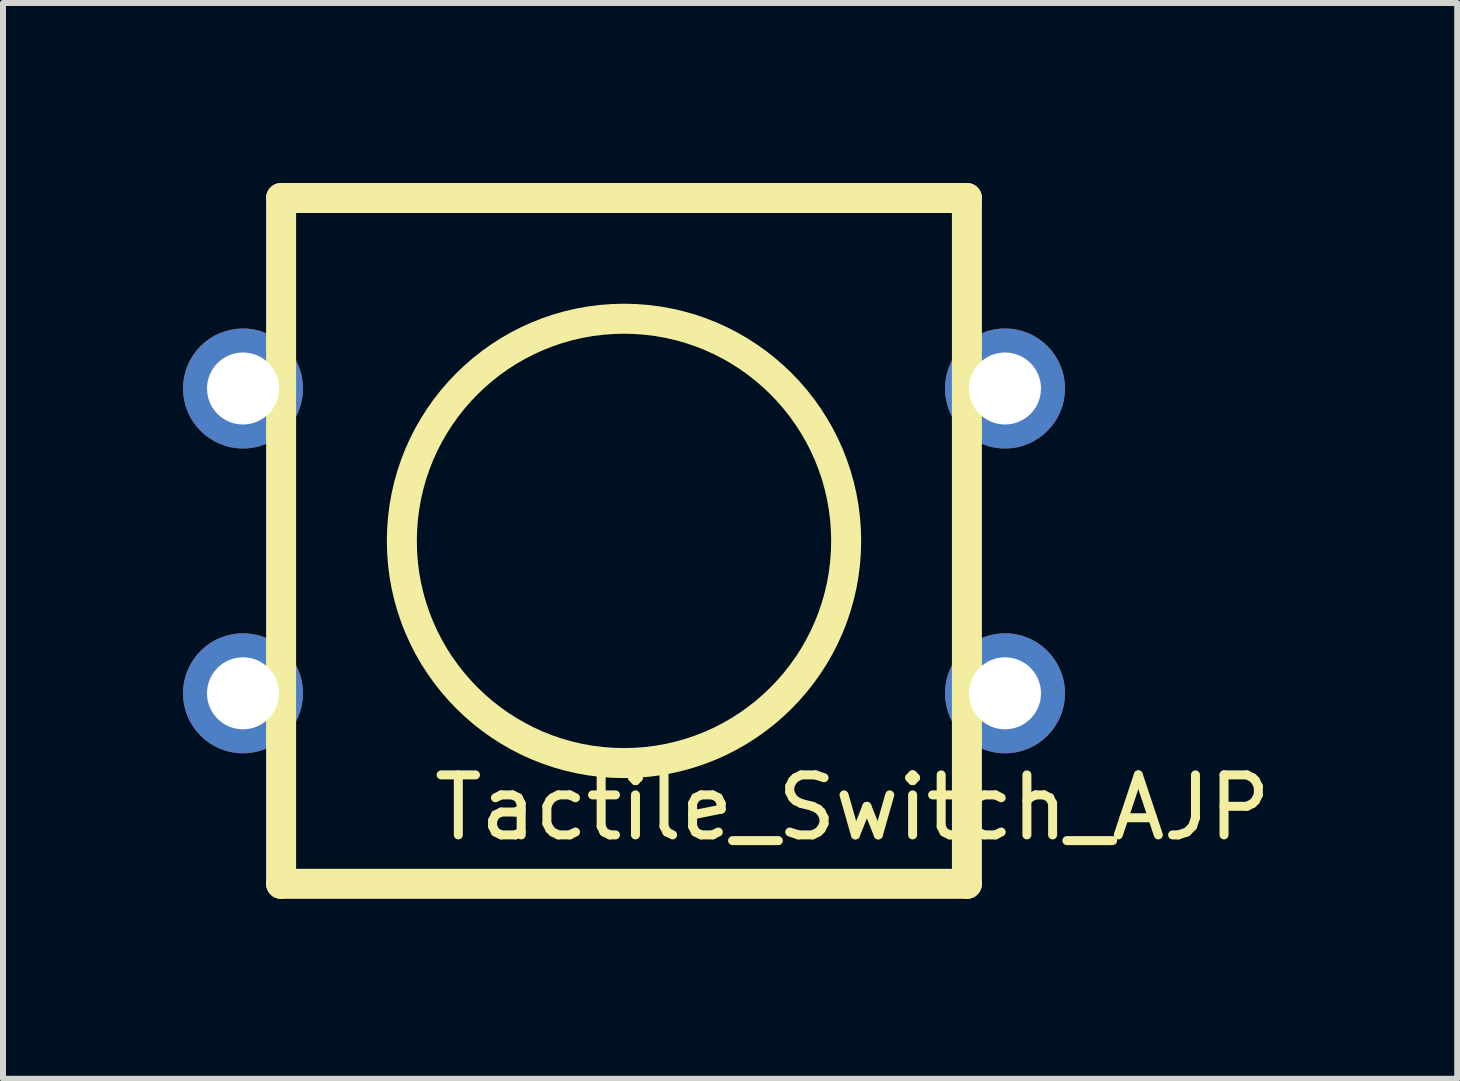
<source format=kicad_pcb>
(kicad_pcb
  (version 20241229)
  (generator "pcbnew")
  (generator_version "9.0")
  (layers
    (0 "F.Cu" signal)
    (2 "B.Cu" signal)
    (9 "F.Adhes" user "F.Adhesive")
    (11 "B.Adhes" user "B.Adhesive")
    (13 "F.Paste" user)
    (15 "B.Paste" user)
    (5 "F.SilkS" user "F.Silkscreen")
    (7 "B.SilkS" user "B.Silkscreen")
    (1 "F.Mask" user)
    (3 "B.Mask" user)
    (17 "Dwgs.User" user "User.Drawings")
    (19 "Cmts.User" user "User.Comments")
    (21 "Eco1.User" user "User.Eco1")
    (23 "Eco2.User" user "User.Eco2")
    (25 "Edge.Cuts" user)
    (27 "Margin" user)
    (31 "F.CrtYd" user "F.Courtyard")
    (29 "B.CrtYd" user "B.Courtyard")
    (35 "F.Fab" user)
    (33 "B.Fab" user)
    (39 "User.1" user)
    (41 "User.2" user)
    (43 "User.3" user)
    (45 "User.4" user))
  (footprint "Tactile_Switch_AJP"
    (layer "F.Cu")
    (at 1 3.425)
    (property "Reference" "Tactile_Switch_AJP" (at 10.16 6.985 0) (layer "F.SilkS") (effects (font (size 1 1) (thickness 0.15))))
    (attr through_hole)
    (fp_line (start 0.635 -3.175) (end 12.065 -3.175) (stroke (width 0.5) (type solid)) (layer "F.SilkS"))
    (fp_line (start 0.635 8.255) (end 0.635 -3.175) (stroke (width 0.5) (type solid)) (layer "F.SilkS"))
    (fp_line (start 12.065 -3.175) (end 12.065 8.255) (stroke (width 0.5) (type solid)) (layer "F.SilkS"))
    (fp_line (start 12.065 8.255) (end 0.635 8.255) (stroke (width 0.5) (type solid)) (layer "F.SilkS"))
    (fp_circle (center 6.35 2.54) (end 9.525 4.445) (stroke (width 0.5) (type solid)) (fill no) (layer "F.SilkS"))
    (pad "1" thru_hole circle (at 0 0) (size 2 2) (drill 1.2) (layers "*.Cu" "*.Mask"))
    (pad "2" thru_hole circle (at 12.7 0) (size 2 2) (drill 1.2) (layers "*.Cu" "*.Mask"))
    (pad "3" thru_hole circle (at 0 5.08) (size 2 2) (drill 1.2) (layers "*.Cu" "*.Mask"))
    (pad "4" thru_hole circle (at 12.7 5.08) (size 2 2) (drill 1.2) (layers "*.Cu" "*.Mask")))
  (gr_rect
    (start -3 -3)
    (end 21.237 14.93)
    (stroke (width 0.1) (type default))
    (fill no)
    (layer "Edge.Cuts")))
</source>
